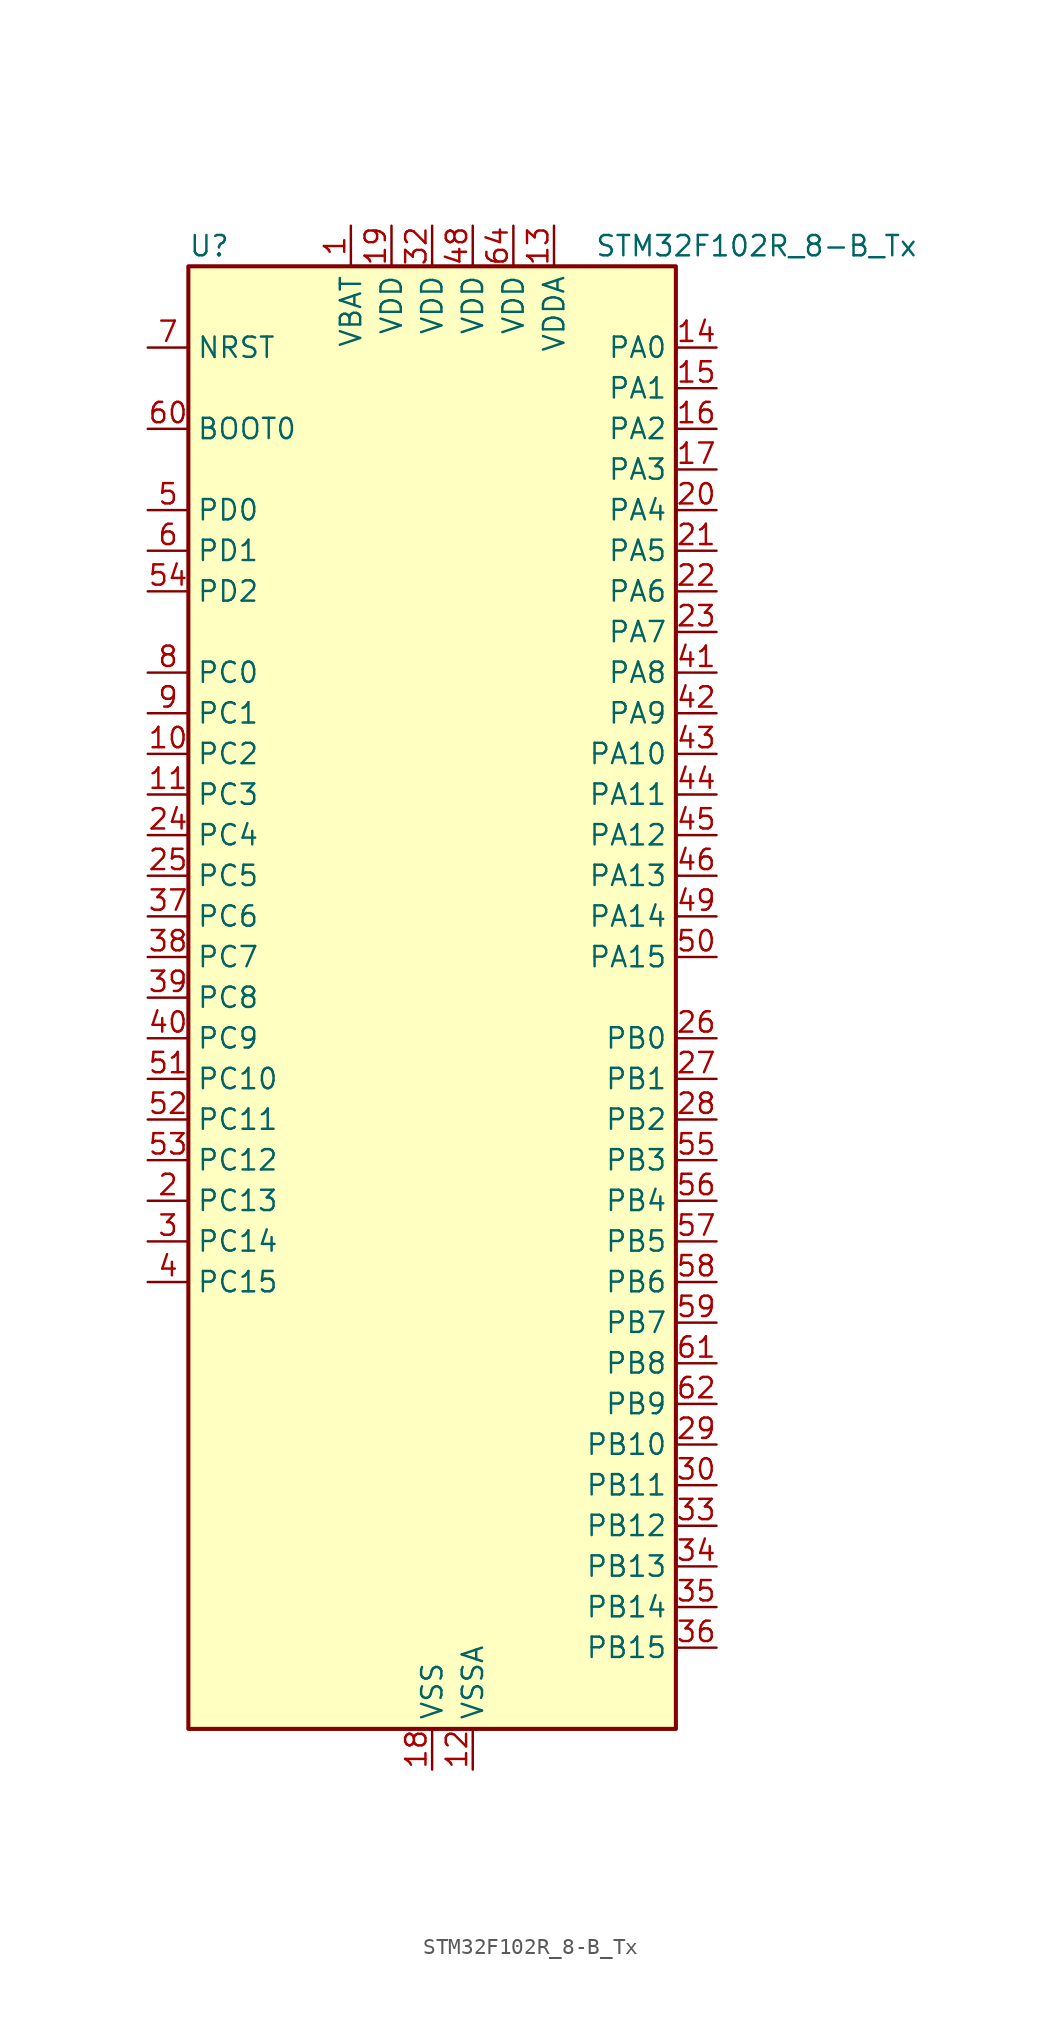
<source format=kicad_sym>
(kicad_symbol_lib
  (version 20241209)
  (generator "kicad_symbol_editor")
  (generator_version "9.0")
  (symbol "STM32F102R_8-B_Tx"
    (property "Reference" "U"
      (at -15.24 46.99 0)
      (effects (font (size 1.27 1.27)) (justify left)))
    (property "Value" "STM32F102R_8-B_Tx"
      (at 10.16 46.99 0)
      (effects (font (size 1.27 1.27)) (justify left)))
    (symbol "STM32F102R_8-B_Tx_0_1"
      (rectangle (start -15.24 -45.72) (end 15.24 45.72) (stroke (width 0.254) (type default)) (fill (type background))))
    (symbol "STM32F102R_8-B_Tx_1_1"
      (pin input line (at -17.78 40.64 0) (length 2.54) (name "NRST" (effects (font (size 1.27 1.27)))) (number "7" (effects (font (size 1.27 1.27)))))
      (pin input line (at -17.78 35.56 0) (length 2.54) (name "BOOT0" (effects (font (size 1.27 1.27)))) (number "60" (effects (font (size 1.27 1.27)))))
      (pin bidirectional line (at -17.78 30.48 0) (length 2.54) (name "PD0" (effects (font (size 1.27 1.27)))) (number "5" (effects (font (size 1.27 1.27)))) (alternate "RCC_OSC_IN" bidirectional line))
      (pin bidirectional line (at -17.78 27.94 0) (length 2.54) (name "PD1" (effects (font (size 1.27 1.27)))) (number "6" (effects (font (size 1.27 1.27)))) (alternate "RCC_OSC_OUT" bidirectional line))
      (pin bidirectional line (at -17.78 25.4 0) (length 2.54) (name "PD2" (effects (font (size 1.27 1.27)))) (number "54" (effects (font (size 1.27 1.27)))) (alternate "TIM3_ETR" bidirectional line))
      (pin bidirectional line (at -17.78 20.32 0) (length 2.54) (name "PC0" (effects (font (size 1.27 1.27)))) (number "8" (effects (font (size 1.27 1.27)))) (alternate "ADC1_IN10" bidirectional line))
      (pin bidirectional line (at -17.78 17.78 0) (length 2.54) (name "PC1" (effects (font (size 1.27 1.27)))) (number "9" (effects (font (size 1.27 1.27)))) (alternate "ADC1_IN11" bidirectional line))
      (pin bidirectional line (at -17.78 15.24 0) (length 2.54) (name "PC2" (effects (font (size 1.27 1.27)))) (number "10" (effects (font (size 1.27 1.27)))) (alternate "ADC1_IN12" bidirectional line))
      (pin bidirectional line (at -17.78 12.7 0) (length 2.54) (name "PC3" (effects (font (size 1.27 1.27)))) (number "11" (effects (font (size 1.27 1.27)))) (alternate "ADC1_IN13" bidirectional line))
      (pin bidirectional line (at -17.78 10.16 0) (length 2.54) (name "PC4" (effects (font (size 1.27 1.27)))) (number "24" (effects (font (size 1.27 1.27)))) (alternate "ADC1_IN14" bidirectional line))
      (pin bidirectional line (at -17.78 7.62 0) (length 2.54) (name "PC5" (effects (font (size 1.27 1.27)))) (number "25" (effects (font (size 1.27 1.27)))) (alternate "ADC1_IN15" bidirectional line))
      (pin bidirectional line (at -17.78 5.08 0) (length 2.54) (name "PC6" (effects (font (size 1.27 1.27)))) (number "37" (effects (font (size 1.27 1.27)))) (alternate "TIM3_CH1" bidirectional line))
      (pin bidirectional line (at -17.78 2.54 0) (length 2.54) (name "PC7" (effects (font (size 1.27 1.27)))) (number "38" (effects (font (size 1.27 1.27)))) (alternate "TIM3_CH2" bidirectional line))
      (pin bidirectional line (at -17.78 0 0) (length 2.54) (name "PC8" (effects (font (size 1.27 1.27)))) (number "39" (effects (font (size 1.27 1.27)))) (alternate "TIM3_CH3" bidirectional line))
      (pin bidirectional line (at -17.78 -2.54 0) (length 2.54) (name "PC9" (effects (font (size 1.27 1.27)))) (number "40" (effects (font (size 1.27 1.27)))) (alternate "TIM3_CH4" bidirectional line))
      (pin bidirectional line (at -17.78 -5.08 0) (length 2.54) (name "PC10" (effects (font (size 1.27 1.27)))) (number "51" (effects (font (size 1.27 1.27)))) (alternate "USART3_TX" bidirectional line))
      (pin bidirectional line (at -17.78 -7.62 0) (length 2.54) (name "PC11" (effects (font (size 1.27 1.27)))) (number "52" (effects (font (size 1.27 1.27)))) (alternate "ADC1_EXTI11" bidirectional line) (alternate "USART3_RX" bidirectional line))
      (pin bidirectional line (at -17.78 -10.16 0) (length 2.54) (name "PC12" (effects (font (size 1.27 1.27)))) (number "53" (effects (font (size 1.27 1.27)))) (alternate "USART3_CK" bidirectional line))
      (pin bidirectional line (at -17.78 -12.7 0) (length 2.54) (name "PC13" (effects (font (size 1.27 1.27)))) (number "2" (effects (font (size 1.27 1.27)))) (alternate "RTC_OUT" bidirectional line) (alternate "RTC_TAMPER" bidirectional line))
      (pin bidirectional line (at -17.78 -15.24 0) (length 2.54) (name "PC14" (effects (font (size 1.27 1.27)))) (number "3" (effects (font (size 1.27 1.27)))) (alternate "RCC_OSC32_IN" bidirectional line))
      (pin bidirectional line (at -17.78 -17.78 0) (length 2.54) (name "PC15" (effects (font (size 1.27 1.27)))) (number "4" (effects (font (size 1.27 1.27)))) (alternate "ADC1_EXTI15" bidirectional line) (alternate "RCC_OSC32_OUT" bidirectional line))
      (pin power_in line (at -5.08 48.26 270) (length 2.54) (name "VBAT" (effects (font (size 1.27 1.27)))) (number "1" (effects (font (size 1.27 1.27)))))
      (pin power_in line (at -2.54 48.26 270) (length 2.54) (name "VDD" (effects (font (size 1.27 1.27)))) (number "19" (effects (font (size 1.27 1.27)))))
      (pin power_in line (at 0 48.26 270) (length 2.54) (name "VDD" (effects (font (size 1.27 1.27)))) (number "32" (effects (font (size 1.27 1.27)))))
      (pin power_in line (at 0 -48.26 90) (length 2.54) (name "VSS" (effects (font (size 1.27 1.27)))) (number "18" (effects (font (size 1.27 1.27)))))
      (pin passive line (at 0 -48.26 90) (length 2.54) (hide yes) (name "VSS" (effects (font (size 1.27 1.27)))) (number "31" (effects (font (size 1.27 1.27)))))
      (pin passive line (at 0 -48.26 90) (length 2.54) (hide yes) (name "VSS" (effects (font (size 1.27 1.27)))) (number "47" (effects (font (size 1.27 1.27)))))
      (pin passive line (at 0 -48.26 90) (length 2.54) (hide yes) (name "VSS" (effects (font (size 1.27 1.27)))) (number "63" (effects (font (size 1.27 1.27)))))
      (pin power_in line (at 2.54 48.26 270) (length 2.54) (name "VDD" (effects (font (size 1.27 1.27)))) (number "48" (effects (font (size 1.27 1.27)))))
      (pin power_in line (at 2.54 -48.26 90) (length 2.54) (name "VSSA" (effects (font (size 1.27 1.27)))) (number "12" (effects (font (size 1.27 1.27)))))
      (pin power_in line (at 5.08 48.26 270) (length 2.54) (name "VDD" (effects (font (size 1.27 1.27)))) (number "64" (effects (font (size 1.27 1.27)))))
      (pin power_in line (at 7.62 48.26 270) (length 2.54) (name "VDDA" (effects (font (size 1.27 1.27)))) (number "13" (effects (font (size 1.27 1.27)))))
      (pin bidirectional line (at 17.78 40.64 180) (length 2.54) (name "PA0" (effects (font (size 1.27 1.27)))) (number "14" (effects (font (size 1.27 1.27)))) (alternate "ADC1_IN0" bidirectional line) (alternate "SYS_WKUP" bidirectional line) (alternate "TIM2_CH1" bidirectional line) (alternate "TIM2_ETR" bidirectional line) (alternate "USART2_CTS" bidirectional line))
      (pin bidirectional line (at 17.78 38.1 180) (length 2.54) (name "PA1" (effects (font (size 1.27 1.27)))) (number "15" (effects (font (size 1.27 1.27)))) (alternate "ADC1_IN1" bidirectional line) (alternate "TIM2_CH2" bidirectional line) (alternate "USART2_RTS" bidirectional line))
      (pin bidirectional line (at 17.78 35.56 180) (length 2.54) (name "PA2" (effects (font (size 1.27 1.27)))) (number "16" (effects (font (size 1.27 1.27)))) (alternate "ADC1_IN2" bidirectional line) (alternate "TIM2_CH3" bidirectional line) (alternate "USART2_TX" bidirectional line))
      (pin bidirectional line (at 17.78 33.02 180) (length 2.54) (name "PA3" (effects (font (size 1.27 1.27)))) (number "17" (effects (font (size 1.27 1.27)))) (alternate "ADC1_IN3" bidirectional line) (alternate "TIM2_CH4" bidirectional line) (alternate "USART2_RX" bidirectional line))
      (pin bidirectional line (at 17.78 30.48 180) (length 2.54) (name "PA4" (effects (font (size 1.27 1.27)))) (number "20" (effects (font (size 1.27 1.27)))) (alternate "ADC1_IN4" bidirectional line) (alternate "SPI1_NSS" bidirectional line) (alternate "USART2_CK" bidirectional line))
      (pin bidirectional line (at 17.78 27.94 180) (length 2.54) (name "PA5" (effects (font (size 1.27 1.27)))) (number "21" (effects (font (size 1.27 1.27)))) (alternate "ADC1_IN5" bidirectional line) (alternate "SPI1_SCK" bidirectional line))
      (pin bidirectional line (at 17.78 25.4 180) (length 2.54) (name "PA6" (effects (font (size 1.27 1.27)))) (number "22" (effects (font (size 1.27 1.27)))) (alternate "ADC1_IN6" bidirectional line) (alternate "SPI1_MISO" bidirectional line) (alternate "TIM3_CH1" bidirectional line))
      (pin bidirectional line (at 17.78 22.86 180) (length 2.54) (name "PA7" (effects (font (size 1.27 1.27)))) (number "23" (effects (font (size 1.27 1.27)))) (alternate "ADC1_IN7" bidirectional line) (alternate "SPI1_MOSI" bidirectional line) (alternate "TIM3_CH2" bidirectional line))
      (pin bidirectional line (at 17.78 20.32 180) (length 2.54) (name "PA8" (effects (font (size 1.27 1.27)))) (number "41" (effects (font (size 1.27 1.27)))) (alternate "RCC_MCO" bidirectional line) (alternate "USART1_CK" bidirectional line))
      (pin bidirectional line (at 17.78 17.78 180) (length 2.54) (name "PA9" (effects (font (size 1.27 1.27)))) (number "42" (effects (font (size 1.27 1.27)))) (alternate "USART1_TX" bidirectional line))
      (pin bidirectional line (at 17.78 15.24 180) (length 2.54) (name "PA10" (effects (font (size 1.27 1.27)))) (number "43" (effects (font (size 1.27 1.27)))) (alternate "USART1_RX" bidirectional line))
      (pin bidirectional line (at 17.78 12.7 180) (length 2.54) (name "PA11" (effects (font (size 1.27 1.27)))) (number "44" (effects (font (size 1.27 1.27)))) (alternate "ADC1_EXTI11" bidirectional line) (alternate "USART1_CTS" bidirectional line) (alternate "USB_DM" bidirectional line))
      (pin bidirectional line (at 17.78 10.16 180) (length 2.54) (name "PA12" (effects (font (size 1.27 1.27)))) (number "45" (effects (font (size 1.27 1.27)))) (alternate "USART1_RTS" bidirectional line) (alternate "USB_DP" bidirectional line))
      (pin bidirectional line (at 17.78 7.62 180) (length 2.54) (name "PA13" (effects (font (size 1.27 1.27)))) (number "46" (effects (font (size 1.27 1.27)))) (alternate "SYS_JTMS-SWDIO" bidirectional line))
      (pin bidirectional line (at 17.78 5.08 180) (length 2.54) (name "PA14" (effects (font (size 1.27 1.27)))) (number "49" (effects (font (size 1.27 1.27)))) (alternate "SYS_JTCK-SWCLK" bidirectional line))
      (pin bidirectional line (at 17.78 2.54 180) (length 2.54) (name "PA15" (effects (font (size 1.27 1.27)))) (number "50" (effects (font (size 1.27 1.27)))) (alternate "ADC1_EXTI15" bidirectional line) (alternate "SPI1_NSS" bidirectional line) (alternate "SYS_JTDI" bidirectional line) (alternate "TIM2_CH1" bidirectional line) (alternate "TIM2_ETR" bidirectional line))
      (pin bidirectional line (at 17.78 -2.54 180) (length 2.54) (name "PB0" (effects (font (size 1.27 1.27)))) (number "26" (effects (font (size 1.27 1.27)))) (alternate "ADC1_IN8" bidirectional line) (alternate "TIM3_CH3" bidirectional line))
      (pin bidirectional line (at 17.78 -5.08 180) (length 2.54) (name "PB1" (effects (font (size 1.27 1.27)))) (number "27" (effects (font (size 1.27 1.27)))) (alternate "ADC1_IN9" bidirectional line) (alternate "TIM3_CH4" bidirectional line))
      (pin bidirectional line (at 17.78 -7.62 180) (length 2.54) (name "PB2" (effects (font (size 1.27 1.27)))) (number "28" (effects (font (size 1.27 1.27)))))
      (pin bidirectional line (at 17.78 -10.16 180) (length 2.54) (name "PB3" (effects (font (size 1.27 1.27)))) (number "55" (effects (font (size 1.27 1.27)))) (alternate "SPI1_SCK" bidirectional line) (alternate "SYS_JTDO-TRACESWO" bidirectional line) (alternate "TIM2_CH2" bidirectional line))
      (pin bidirectional line (at 17.78 -12.7 180) (length 2.54) (name "PB4" (effects (font (size 1.27 1.27)))) (number "56" (effects (font (size 1.27 1.27)))) (alternate "SPI1_MISO" bidirectional line) (alternate "SYS_NJTRST" bidirectional line) (alternate "TIM3_CH1" bidirectional line))
      (pin bidirectional line (at 17.78 -15.24 180) (length 2.54) (name "PB5" (effects (font (size 1.27 1.27)))) (number "57" (effects (font (size 1.27 1.27)))) (alternate "I2C1_SMBA" bidirectional line) (alternate "SPI1_MOSI" bidirectional line) (alternate "TIM3_CH2" bidirectional line))
      (pin bidirectional line (at 17.78 -17.78 180) (length 2.54) (name "PB6" (effects (font (size 1.27 1.27)))) (number "58" (effects (font (size 1.27 1.27)))) (alternate "I2C1_SCL" bidirectional line) (alternate "TIM4_CH1" bidirectional line) (alternate "USART1_TX" bidirectional line))
      (pin bidirectional line (at 17.78 -20.32 180) (length 2.54) (name "PB7" (effects (font (size 1.27 1.27)))) (number "59" (effects (font (size 1.27 1.27)))) (alternate "I2C1_SDA" bidirectional line) (alternate "TIM4_CH2" bidirectional line) (alternate "USART1_RX" bidirectional line))
      (pin bidirectional line (at 17.78 -22.86 180) (length 2.54) (name "PB8" (effects (font (size 1.27 1.27)))) (number "61" (effects (font (size 1.27 1.27)))) (alternate "I2C1_SCL" bidirectional line) (alternate "TIM4_CH3" bidirectional line))
      (pin bidirectional line (at 17.78 -25.4 180) (length 2.54) (name "PB9" (effects (font (size 1.27 1.27)))) (number "62" (effects (font (size 1.27 1.27)))) (alternate "I2C1_SDA" bidirectional line) (alternate "TIM4_CH4" bidirectional line))
      (pin bidirectional line (at 17.78 -27.94 180) (length 2.54) (name "PB10" (effects (font (size 1.27 1.27)))) (number "29" (effects (font (size 1.27 1.27)))) (alternate "I2C2_SCL" bidirectional line) (alternate "TIM2_CH3" bidirectional line) (alternate "USART3_TX" bidirectional line))
      (pin bidirectional line (at 17.78 -30.48 180) (length 2.54) (name "PB11" (effects (font (size 1.27 1.27)))) (number "30" (effects (font (size 1.27 1.27)))) (alternate "ADC1_EXTI11" bidirectional line) (alternate "I2C2_SDA" bidirectional line) (alternate "TIM2_CH4" bidirectional line) (alternate "USART3_RX" bidirectional line))
      (pin bidirectional line (at 17.78 -33.02 180) (length 2.54) (name "PB12" (effects (font (size 1.27 1.27)))) (number "33" (effects (font (size 1.27 1.27)))) (alternate "I2C2_SMBA" bidirectional line) (alternate "SPI2_NSS" bidirectional line) (alternate "USART3_CK" bidirectional line))
      (pin bidirectional line (at 17.78 -35.56 180) (length 2.54) (name "PB13" (effects (font (size 1.27 1.27)))) (number "34" (effects (font (size 1.27 1.27)))) (alternate "SPI2_SCK" bidirectional line) (alternate "USART3_CTS" bidirectional line))
      (pin bidirectional line (at 17.78 -38.1 180) (length 2.54) (name "PB14" (effects (font (size 1.27 1.27)))) (number "35" (effects (font (size 1.27 1.27)))) (alternate "SPI2_MISO" bidirectional line) (alternate "USART3_RTS" bidirectional line))
      (pin bidirectional line (at 17.78 -40.64 180) (length 2.54) (name "PB15" (effects (font (size 1.27 1.27)))) (number "36" (effects (font (size 1.27 1.27)))) (alternate "ADC1_EXTI15" bidirectional line) (alternate "SPI2_MOSI" bidirectional line)))))
</source>
